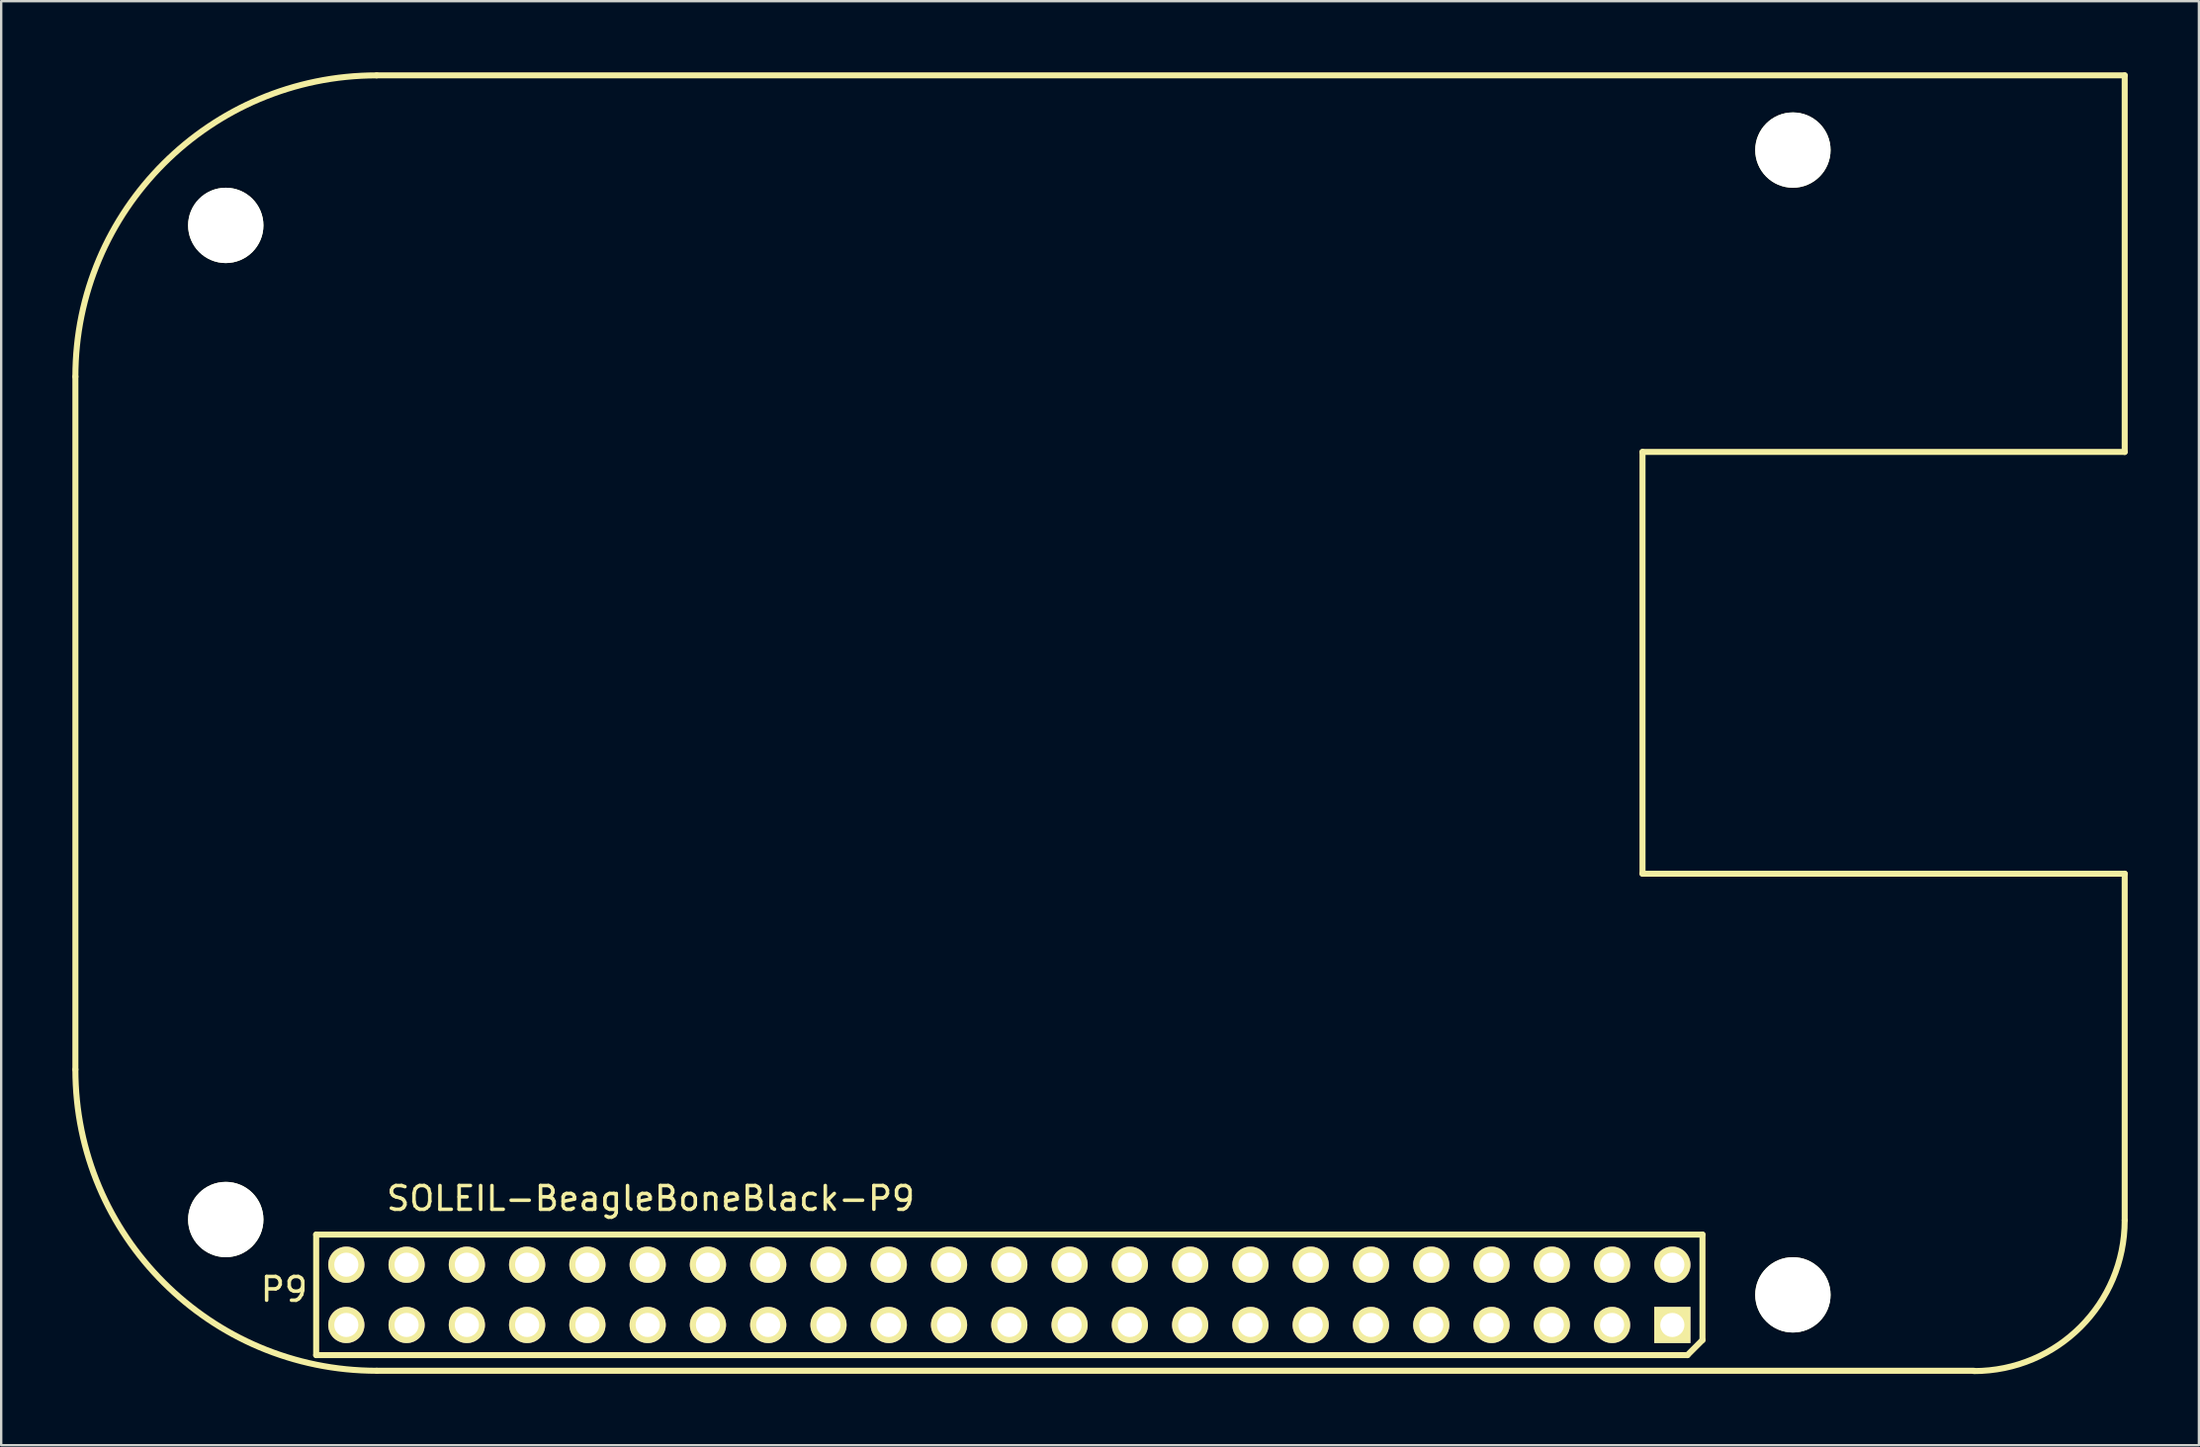
<source format=kicad_pcb>
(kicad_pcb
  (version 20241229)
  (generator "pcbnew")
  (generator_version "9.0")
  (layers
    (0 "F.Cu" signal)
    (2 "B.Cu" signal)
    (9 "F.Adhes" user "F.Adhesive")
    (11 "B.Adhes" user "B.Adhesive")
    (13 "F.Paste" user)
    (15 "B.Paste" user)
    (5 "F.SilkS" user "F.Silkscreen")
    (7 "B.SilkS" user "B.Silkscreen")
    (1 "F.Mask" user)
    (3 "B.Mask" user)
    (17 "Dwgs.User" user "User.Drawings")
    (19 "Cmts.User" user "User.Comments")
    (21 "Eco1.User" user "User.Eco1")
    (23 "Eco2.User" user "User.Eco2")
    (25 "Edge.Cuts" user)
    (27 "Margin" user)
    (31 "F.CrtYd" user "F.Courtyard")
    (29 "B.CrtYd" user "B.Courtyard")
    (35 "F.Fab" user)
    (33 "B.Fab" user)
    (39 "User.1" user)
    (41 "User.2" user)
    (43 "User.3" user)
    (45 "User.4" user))
  (footprint "SOLEIL-BeagleBoneBlack-P9"
    (layer "F.Cu")
    (at 67.424 52.807)
    (property "Reference" "SOLEIL-BeagleBoneBlack-P9" (at -43.053 -5.334 0) (layer "F.SilkS") (effects (font (size 1 1) (thickness 0.15))))
    (attr through_hole)
    (fp_line (start -67.297 -39.98) (end -67.297 -10.77) (stroke (width 0.254) (type solid)) (layer "F.SilkS"))
    (fp_line (start -57.15 -3.81) (end -57.15 1.27) (stroke (width 0.254) (type solid)) (layer "F.SilkS"))
    (fp_line (start -57.15 1.27) (end 0.635 1.27) (stroke (width 0.254) (type solid)) (layer "F.SilkS"))
    (fp_line (start -1.257 -19.025) (end -1.257 -36.805) (stroke (width 0.254) (type solid)) (layer "F.SilkS"))
    (fp_line (start 0.635 1.27) (end 1.27 0.635) (stroke (width 0.254) (type solid)) (layer "F.SilkS"))
    (fp_line (start 1.27 -3.81) (end -57.15 -3.81) (stroke (width 0.254) (type solid)) (layer "F.SilkS"))
    (fp_line (start 1.27 0.635) (end 1.27 -3.81) (stroke (width 0.254) (type solid)) (layer "F.SilkS"))
    (fp_line (start 12.713 1.93) (end -54.597 1.93) (stroke (width 0.254) (type solid)) (layer "F.SilkS"))
    (fp_line (start 19.063 -52.68) (end -54.597 -52.68) (stroke (width 0.254) (type solid)) (layer "F.SilkS"))
    (fp_line (start 19.063 -36.805) (end -1.257 -36.805) (stroke (width 0.254) (type solid)) (layer "F.SilkS"))
    (fp_line (start 19.063 -36.805) (end 19.063 -52.68) (stroke (width 0.254) (type solid)) (layer "F.SilkS"))
    (fp_line (start 19.063 -19.025) (end -1.257 -19.025) (stroke (width 0.254) (type solid)) (layer "F.SilkS"))
    (fp_line (start 19.063 -4.42) (end 19.063 -19.025) (stroke (width 0.254) (type solid)) (layer "F.SilkS"))
    (fp_arc (start -67.2973 -39.9796) (mid -63.577556 -48.959856) (end -54.5973 -52.6796) (stroke (width 0.254) (type solid)) (layer "F.SilkS"))
    (fp_arc (start -54.5973 1.9304) (mid -63.577556 -1.789344) (end -67.2973 -10.7696) (stroke (width 0.254) (type solid)) (layer "F.SilkS"))
    (fp_arc (start 19.0627 -4.4073) (mid 17.202828 0.082828) (end 12.7127 1.9427) (stroke (width 0.254) (type solid)) (layer "F.SilkS"))
    (fp_text user "P9" (at -58.5 -1.5 0) (layer "F.SilkS") (effects (font (size 1 1) (thickness 0.15))))
    (pad "" np_thru_hole circle (at -60.96 -46.355 180) (size 3.175 3.175) (drill 3.175) (layers "*.Cu" "*.Mask" "F.SilkS"))
    (pad "" np_thru_hole circle (at -60.96 -4.445 180) (size 3.175 3.175) (drill 3.175) (layers "*.Cu" "*.Mask" "F.SilkS"))
    (pad "" np_thru_hole circle (at 5.08 -49.53 180) (size 3.175 3.175) (drill 3.175) (layers "*.Cu" "*.Mask" "F.SilkS"))
    (pad "" np_thru_hole circle (at 5.08 -1.27 180) (size 3.175 3.175) (drill 3.175) (layers "*.Cu" "*.Mask" "F.SilkS"))
    (pad "1" thru_hole rect (at 0 0 180) (size 1.524 1.524) (drill 1.016) (layers "*.Cu" "*.Mask" "F.SilkS"))
    (pad "2" thru_hole circle (at 0 -2.54 180) (size 1.524 1.524) (drill 1.016) (layers "*.Cu" "*.Mask" "F.SilkS"))
    (pad "3" thru_hole circle (at -2.54 0 180) (size 1.524 1.524) (drill 1.016) (layers "*.Cu" "*.Mask" "F.SilkS"))
    (pad "4" thru_hole circle (at -2.54 -2.54 180) (size 1.524 1.524) (drill 1.016) (layers "*.Cu" "*.Mask" "F.SilkS"))
    (pad "5" thru_hole circle (at -5.08 0 180) (size 1.524 1.524) (drill 1.016) (layers "*.Cu" "*.Mask" "F.SilkS"))
    (pad "6" thru_hole circle (at -5.08 -2.54 180) (size 1.524 1.524) (drill 1.016) (layers "*.Cu" "*.Mask" "F.SilkS"))
    (pad "7" thru_hole circle (at -7.62 0 180) (size 1.524 1.524) (drill 1.016) (layers "*.Cu" "*.Mask" "F.SilkS"))
    (pad "8" thru_hole circle (at -7.62 -2.54 180) (size 1.524 1.524) (drill 1.016) (layers "*.Cu" "*.Mask" "F.SilkS"))
    (pad "9" thru_hole circle (at -10.16 0 180) (size 1.524 1.524) (drill 1.016) (layers "*.Cu" "*.Mask" "F.SilkS"))
    (pad "10" thru_hole circle (at -10.16 -2.54 180) (size 1.524 1.524) (drill 1.016) (layers "*.Cu" "*.Mask" "F.SilkS"))
    (pad "11" thru_hole circle (at -12.7 0 180) (size 1.524 1.524) (drill 1.016) (layers "*.Cu" "*.Mask" "F.SilkS"))
    (pad "12" thru_hole circle (at -12.7 -2.54 180) (size 1.524 1.524) (drill 1.016) (layers "*.Cu" "*.Mask" "F.SilkS"))
    (pad "13" thru_hole circle (at -15.24 0 180) (size 1.524 1.524) (drill 1.016) (layers "*.Cu" "*.Mask" "F.SilkS"))
    (pad "14" thru_hole circle (at -15.24 -2.54 180) (size 1.524 1.524) (drill 1.016) (layers "*.Cu" "*.Mask" "F.SilkS"))
    (pad "15" thru_hole circle (at -17.78 0 180) (size 1.524 1.524) (drill 1.016) (layers "*.Cu" "*.Mask" "F.SilkS"))
    (pad "16" thru_hole circle (at -17.78 -2.54 180) (size 1.524 1.524) (drill 1.016) (layers "*.Cu" "*.Mask" "F.SilkS"))
    (pad "17" thru_hole circle (at -20.32 0 180) (size 1.524 1.524) (drill 1.016) (layers "*.Cu" "*.Mask" "F.SilkS"))
    (pad "18" thru_hole circle (at -20.32 -2.54 180) (size 1.524 1.524) (drill 1.016) (layers "*.Cu" "*.Mask" "F.SilkS"))
    (pad "19" thru_hole circle (at -22.86 0 180) (size 1.524 1.524) (drill 1.016) (layers "*.Cu" "*.Mask" "F.SilkS"))
    (pad "20" thru_hole circle (at -22.86 -2.54 180) (size 1.524 1.524) (drill 1.016) (layers "*.Cu" "*.Mask" "F.SilkS"))
    (pad "21" thru_hole circle (at -25.4 0 180) (size 1.524 1.524) (drill 1.016) (layers "*.Cu" "*.Mask" "F.SilkS"))
    (pad "22" thru_hole circle (at -25.4 -2.54 180) (size 1.524 1.524) (drill 1.016) (layers "*.Cu" "*.Mask" "F.SilkS"))
    (pad "23" thru_hole circle (at -27.94 0 180) (size 1.524 1.524) (drill 1.016) (layers "*.Cu" "*.Mask" "F.SilkS"))
    (pad "24" thru_hole circle (at -27.94 -2.54 180) (size 1.524 1.524) (drill 1.016) (layers "*.Cu" "*.Mask" "F.SilkS"))
    (pad "25" thru_hole circle (at -30.48 0 180) (size 1.524 1.524) (drill 1.016) (layers "*.Cu" "*.Mask" "F.SilkS"))
    (pad "26" thru_hole circle (at -30.48 -2.54 180) (size 1.524 1.524) (drill 1.016) (layers "*.Cu" "*.Mask" "F.SilkS"))
    (pad "27" thru_hole circle (at -33.02 0 180) (size 1.524 1.524) (drill 1.016) (layers "*.Cu" "*.Mask" "F.SilkS"))
    (pad "28" thru_hole circle (at -33.02 -2.54 180) (size 1.524 1.524) (drill 1.016) (layers "*.Cu" "*.Mask" "F.SilkS"))
    (pad "29" thru_hole circle (at -35.56 0 180) (size 1.524 1.524) (drill 1.016) (layers "*.Cu" "*.Mask" "F.SilkS"))
    (pad "30" thru_hole circle (at -35.56 -2.54 180) (size 1.524 1.524) (drill 1.016) (layers "*.Cu" "*.Mask" "F.SilkS"))
    (pad "31" thru_hole circle (at -38.1 0 180) (size 1.524 1.524) (drill 1.016) (layers "*.Cu" "*.Mask" "F.SilkS"))
    (pad "32" thru_hole circle (at -38.1 -2.54 180) (size 1.524 1.524) (drill 1.016) (layers "*.Cu" "*.Mask" "F.SilkS"))
    (pad "33" thru_hole circle (at -40.64 0 180) (size 1.524 1.524) (drill 1.016) (layers "*.Cu" "*.Mask" "F.SilkS"))
    (pad "34" thru_hole circle (at -40.64 -2.54 180) (size 1.524 1.524) (drill 1.016) (layers "*.Cu" "*.Mask" "F.SilkS"))
    (pad "35" thru_hole circle (at -43.18 0 180) (size 1.524 1.524) (drill 1.016) (layers "*.Cu" "*.Mask" "F.SilkS"))
    (pad "36" thru_hole circle (at -43.18 -2.54 180) (size 1.524 1.524) (drill 1.016) (layers "*.Cu" "*.Mask" "F.SilkS"))
    (pad "37" thru_hole circle (at -45.72 0 180) (size 1.524 1.524) (drill 1.016) (layers "*.Cu" "*.Mask" "F.SilkS"))
    (pad "38" thru_hole circle (at -45.72 -2.54 180) (size 1.524 1.524) (drill 1.016) (layers "*.Cu" "*.Mask" "F.SilkS"))
    (pad "39" thru_hole circle (at -48.26 0 180) (size 1.524 1.524) (drill 1.016) (layers "*.Cu" "*.Mask" "F.SilkS"))
    (pad "40" thru_hole circle (at -48.26 -2.54 180) (size 1.524 1.524) (drill 1.016) (layers "*.Cu" "*.Mask" "F.SilkS"))
    (pad "41" thru_hole circle (at -50.8 0 180) (size 1.524 1.524) (drill 1.016) (layers "*.Cu" "*.Mask" "F.SilkS"))
    (pad "42" thru_hole circle (at -50.8 -2.54 180) (size 1.524 1.524) (drill 1.016) (layers "*.Cu" "*.Mask" "F.SilkS"))
    (pad "43" thru_hole circle (at -53.34 0 180) (size 1.524 1.524) (drill 1.016) (layers "*.Cu" "*.Mask" "F.SilkS"))
    (pad "44" thru_hole circle (at -53.34 -2.54 180) (size 1.524 1.524) (drill 1.016) (layers "*.Cu" "*.Mask" "F.SilkS"))
    (pad "45" thru_hole circle (at -55.88 0 180) (size 1.524 1.524) (drill 1.016) (layers "*.Cu" "*.Mask" "F.SilkS"))
    (pad "46" thru_hole circle (at -55.88 -2.54 180) (size 1.524 1.524) (drill 1.016) (layers "*.Cu" "*.Mask" "F.SilkS")))
  (gr_rect
    (start -3 -3)
    (end 89.614 57.876)
    (stroke (width 0.1) (type default))
    (fill no)
    (layer "Edge.Cuts")))
</source>
